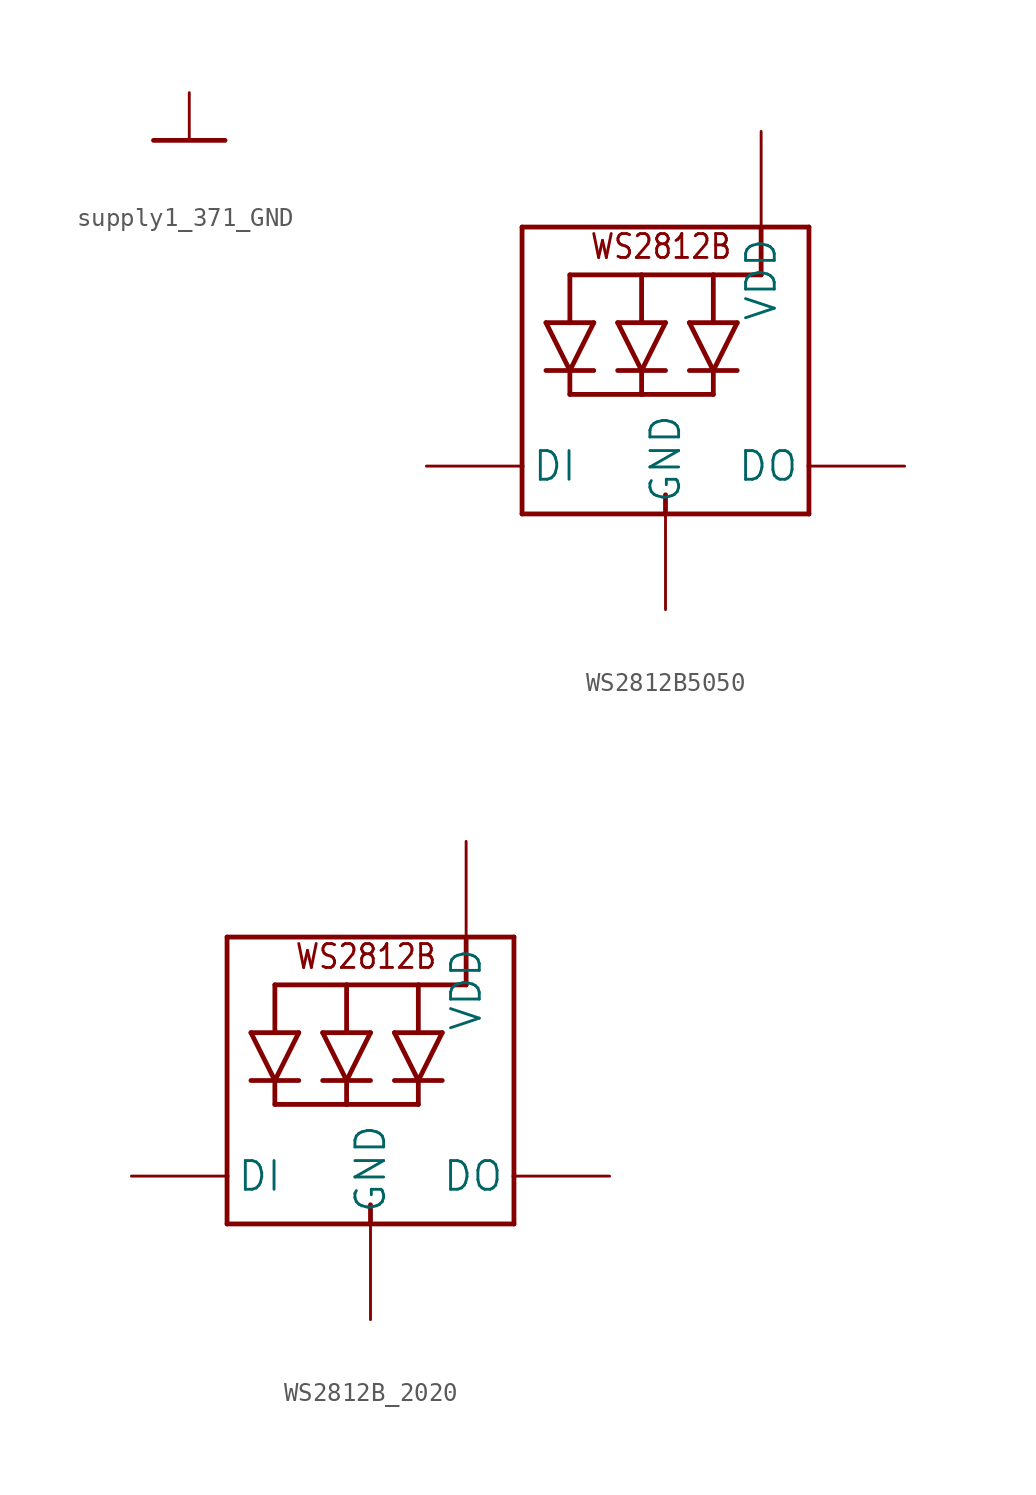
<source format=kicad_sym>
(kicad_symbol_lib
  (version 20241209)
  (generator "kicad_symbol_editor")
  (generator_version "9.0")
  (symbol "supply1_371_GND"
    (power)
    (property "Reference" "#GND"
      (at 0 0 0)
      (effects (font (size 1.27 1.27)) (hide yes)))
    (property "Value" ""
      (at -2.54 -2.54 0)
      (effects (font (size 1.778 1.511)) (justify left bottom)))
    (property "ki_locked" ""
      (at 0 0 0)
      (effects (font (size 1.27 1.27))))
    (symbol "supply1_371_GND_1_0"
      (polyline (pts (xy -1.905 0) (xy 1.905 0)) (stroke (width 0.254) (type solid)) (fill (type none)))
      (pin power_in line (at 0 2.54 270) (length 2.54) (name "GND" (effects (font (size 0 0)))) (number "1" (effects (font (size 0 0)))))))
  (symbol "WS2812B5050"
    (property "Reference" "LED"
      (at 0 0 0)
      (effects (font (size 1.27 1.27)) (hide yes)))
    (property "ki_locked" ""
      (at 0 0 0)
      (effects (font (size 1.27 1.27))))
    (symbol "WS2812B5050_1_0"
      (polyline (pts (xy -7.62 10.16) (xy -7.62 -2.54)) (stroke (width 0.254) (type solid)) (fill (type none)))
      (polyline (pts (xy -7.62 -2.54) (xy -7.62 -5.08)) (stroke (width 0.254) (type solid)) (fill (type none)))
      (polyline (pts (xy -7.62 -5.08) (xy 0 -5.08)) (stroke (width 0.254) (type solid)) (fill (type none)))
      (polyline (pts (xy -6.35 5.08) (xy -5.08 5.08)) (stroke (width 0.254) (type solid)) (fill (type none)))
      (polyline (pts (xy -6.35 2.54) (xy -5.08 2.54)) (stroke (width 0.254) (type solid)) (fill (type none)))
      (polyline (pts (xy -5.08 7.62) (xy -5.08 5.08)) (stroke (width 0.254) (type solid)) (fill (type none)))
      (polyline (pts (xy -5.08 5.08) (xy -3.81 5.08)) (stroke (width 0.254) (type solid)) (fill (type none)))
      (polyline (pts (xy -5.08 2.54) (xy -6.35 5.08)) (stroke (width 0.254) (type solid)) (fill (type none)))
      (polyline (pts (xy -5.08 2.54) (xy -5.08 1.27)) (stroke (width 0.254) (type solid)) (fill (type none)))
      (polyline (pts (xy -5.08 2.54) (xy -3.81 5.08)) (stroke (width 0.254) (type solid)) (fill (type none)))
      (polyline (pts (xy -3.81 2.54) (xy -5.08 2.54)) (stroke (width 0.254) (type solid)) (fill (type none)))
      (polyline (pts (xy -2.54 5.08) (xy 0 5.08)) (stroke (width 0.254) (type solid)) (fill (type none)))
      (polyline (pts (xy -2.54 2.54) (xy -1.27 2.54)) (stroke (width 0.254) (type solid)) (fill (type none)))
      (polyline (pts (xy -1.27 7.62) (xy -5.08 7.62)) (stroke (width 0.254) (type solid)) (fill (type none)))
      (polyline (pts (xy -1.27 5.08) (xy -1.27 7.62)) (stroke (width 0.254) (type solid)) (fill (type none)))
      (polyline (pts (xy -1.27 2.54) (xy -2.54 5.08)) (stroke (width 0.254) (type solid)) (fill (type none)))
      (polyline (pts (xy -1.27 2.54) (xy -1.27 1.27)) (stroke (width 0.254) (type solid)) (fill (type none)))
      (polyline (pts (xy -1.27 2.54) (xy 0 2.54)) (stroke (width 0.254) (type solid)) (fill (type none)))
      (polyline (pts (xy -1.27 1.27) (xy -5.08 1.27)) (stroke (width 0.254) (type solid)) (fill (type none)))
      (polyline (pts (xy 0 5.08) (xy -1.27 2.54)) (stroke (width 0.254) (type solid)) (fill (type none)))
      (polyline (pts (xy 0 -4.064) (xy 0 -5.08)) (stroke (width 0.254) (type solid)) (fill (type none)))
      (polyline (pts (xy 0 -5.08) (xy 7.62 -5.08)) (stroke (width 0.254) (type solid)) (fill (type none)))
      (polyline (pts (xy 1.27 5.08) (xy 2.54 5.08)) (stroke (width 0.254) (type solid)) (fill (type none)))
      (polyline (pts (xy 1.27 5.08) (xy 2.54 2.54)) (stroke (width 0.254) (type solid)) (fill (type none)))
      (polyline (pts (xy 2.54 7.62) (xy -1.27 7.62)) (stroke (width 0.254) (type solid)) (fill (type none)))
      (polyline (pts (xy 2.54 7.62) (xy 5.08 7.62)) (stroke (width 0.254) (type solid)) (fill (type none)))
      (polyline (pts (xy 2.54 5.08) (xy 2.54 7.62)) (stroke (width 0.254) (type solid)) (fill (type none)))
      (polyline (pts (xy 2.54 2.54) (xy 1.27 2.54)) (stroke (width 0.254) (type solid)) (fill (type none)))
      (polyline (pts (xy 2.54 2.54) (xy 2.54 1.27)) (stroke (width 0.254) (type solid)) (fill (type none)))
      (polyline (pts (xy 2.54 2.54) (xy 3.81 5.08)) (stroke (width 0.254) (type solid)) (fill (type none)))
      (polyline (pts (xy 2.54 2.54) (xy 3.81 2.54)) (stroke (width 0.254) (type solid)) (fill (type none)))
      (polyline (pts (xy 2.54 1.27) (xy -1.27 1.27)) (stroke (width 0.254) (type solid)) (fill (type none)))
      (polyline (pts (xy 3.81 5.08) (xy 2.54 5.08)) (stroke (width 0.254) (type solid)) (fill (type none)))
      (polyline (pts (xy 5.08 10.16) (xy -7.62 10.16)) (stroke (width 0.254) (type solid)) (fill (type none)))
      (polyline (pts (xy 5.08 10.16) (xy 5.08 7.62)) (stroke (width 0.254) (type solid)) (fill (type none)))
      (polyline (pts (xy 7.62 10.16) (xy 5.08 10.16)) (stroke (width 0.254) (type solid)) (fill (type none)))
      (polyline (pts (xy 7.62 -2.54) (xy 7.62 10.16)) (stroke (width 0.254) (type solid)) (fill (type none)))
      (polyline (pts (xy 7.62 -5.08) (xy 7.62 -2.54)) (stroke (width 0.254) (type solid)) (fill (type none)))
      (text "WS2812B" (at -4.064 8.382 0) (effects (font (size 1.27 1.079)) (justify left bottom)))
      (pin input line (at -12.7 -2.54 0) (length 5.08) (name "DI" (effects (font (size 1.524 1.524)))) (number "4-DIN" (effects (font (size 0 0)))))
      (pin power_in line (at 0 -10.16 90) (length 5.08) (name "GND" (effects (font (size 1.524 1.524)))) (number "3-GND" (effects (font (size 0 0)))))
      (pin power_in line (at 5.08 15.24 270) (length 5.08) (name "VDD" (effects (font (size 1.524 1.524)))) (number "1-VDD" (effects (font (size 0 0)))))
      (pin output line (at 12.7 -2.54 180) (length 5.08) (name "DO" (effects (font (size 1.524 1.524)))) (number "2-DOUT" (effects (font (size 0 0)))))))
  (symbol "WS2812B_2020"
    (property "Reference" "LED"
      (at 0 0 0)
      (effects (font (size 1.27 1.27)) (hide yes)))
    (property "ki_locked" ""
      (at 0 0 0)
      (effects (font (size 1.27 1.27))))
    (symbol "WS2812B_2020_1_0"
      (polyline (pts (xy -7.62 10.16) (xy -7.62 -2.54)) (stroke (width 0.254) (type solid)) (fill (type none)))
      (polyline (pts (xy -7.62 -2.54) (xy -7.62 -5.08)) (stroke (width 0.254) (type solid)) (fill (type none)))
      (polyline (pts (xy -7.62 -5.08) (xy 0 -5.08)) (stroke (width 0.254) (type solid)) (fill (type none)))
      (polyline (pts (xy -6.35 5.08) (xy -5.08 5.08)) (stroke (width 0.254) (type solid)) (fill (type none)))
      (polyline (pts (xy -6.35 2.54) (xy -5.08 2.54)) (stroke (width 0.254) (type solid)) (fill (type none)))
      (polyline (pts (xy -5.08 7.62) (xy -5.08 5.08)) (stroke (width 0.254) (type solid)) (fill (type none)))
      (polyline (pts (xy -5.08 5.08) (xy -3.81 5.08)) (stroke (width 0.254) (type solid)) (fill (type none)))
      (polyline (pts (xy -5.08 2.54) (xy -6.35 5.08)) (stroke (width 0.254) (type solid)) (fill (type none)))
      (polyline (pts (xy -5.08 2.54) (xy -5.08 1.27)) (stroke (width 0.254) (type solid)) (fill (type none)))
      (polyline (pts (xy -5.08 2.54) (xy -3.81 5.08)) (stroke (width 0.254) (type solid)) (fill (type none)))
      (polyline (pts (xy -3.81 2.54) (xy -5.08 2.54)) (stroke (width 0.254) (type solid)) (fill (type none)))
      (polyline (pts (xy -2.54 5.08) (xy 0 5.08)) (stroke (width 0.254) (type solid)) (fill (type none)))
      (polyline (pts (xy -2.54 2.54) (xy -1.27 2.54)) (stroke (width 0.254) (type solid)) (fill (type none)))
      (polyline (pts (xy -1.27 7.62) (xy -5.08 7.62)) (stroke (width 0.254) (type solid)) (fill (type none)))
      (polyline (pts (xy -1.27 5.08) (xy -1.27 7.62)) (stroke (width 0.254) (type solid)) (fill (type none)))
      (polyline (pts (xy -1.27 2.54) (xy -2.54 5.08)) (stroke (width 0.254) (type solid)) (fill (type none)))
      (polyline (pts (xy -1.27 2.54) (xy -1.27 1.27)) (stroke (width 0.254) (type solid)) (fill (type none)))
      (polyline (pts (xy -1.27 2.54) (xy 0 2.54)) (stroke (width 0.254) (type solid)) (fill (type none)))
      (polyline (pts (xy -1.27 1.27) (xy -5.08 1.27)) (stroke (width 0.254) (type solid)) (fill (type none)))
      (polyline (pts (xy 0 5.08) (xy -1.27 2.54)) (stroke (width 0.254) (type solid)) (fill (type none)))
      (polyline (pts (xy 0 -4.064) (xy 0 -5.08)) (stroke (width 0.254) (type solid)) (fill (type none)))
      (polyline (pts (xy 0 -5.08) (xy 7.62 -5.08)) (stroke (width 0.254) (type solid)) (fill (type none)))
      (polyline (pts (xy 1.27 5.08) (xy 2.54 5.08)) (stroke (width 0.254) (type solid)) (fill (type none)))
      (polyline (pts (xy 1.27 5.08) (xy 2.54 2.54)) (stroke (width 0.254) (type solid)) (fill (type none)))
      (polyline (pts (xy 2.54 7.62) (xy -1.27 7.62)) (stroke (width 0.254) (type solid)) (fill (type none)))
      (polyline (pts (xy 2.54 7.62) (xy 5.08 7.62)) (stroke (width 0.254) (type solid)) (fill (type none)))
      (polyline (pts (xy 2.54 5.08) (xy 2.54 7.62)) (stroke (width 0.254) (type solid)) (fill (type none)))
      (polyline (pts (xy 2.54 2.54) (xy 1.27 2.54)) (stroke (width 0.254) (type solid)) (fill (type none)))
      (polyline (pts (xy 2.54 2.54) (xy 2.54 1.27)) (stroke (width 0.254) (type solid)) (fill (type none)))
      (polyline (pts (xy 2.54 2.54) (xy 3.81 5.08)) (stroke (width 0.254) (type solid)) (fill (type none)))
      (polyline (pts (xy 2.54 2.54) (xy 3.81 2.54)) (stroke (width 0.254) (type solid)) (fill (type none)))
      (polyline (pts (xy 2.54 1.27) (xy -1.27 1.27)) (stroke (width 0.254) (type solid)) (fill (type none)))
      (polyline (pts (xy 3.81 5.08) (xy 2.54 5.08)) (stroke (width 0.254) (type solid)) (fill (type none)))
      (polyline (pts (xy 5.08 10.16) (xy -7.62 10.16)) (stroke (width 0.254) (type solid)) (fill (type none)))
      (polyline (pts (xy 5.08 10.16) (xy 5.08 7.62)) (stroke (width 0.254) (type solid)) (fill (type none)))
      (polyline (pts (xy 7.62 10.16) (xy 5.08 10.16)) (stroke (width 0.254) (type solid)) (fill (type none)))
      (polyline (pts (xy 7.62 -2.54) (xy 7.62 10.16)) (stroke (width 0.254) (type solid)) (fill (type none)))
      (polyline (pts (xy 7.62 -5.08) (xy 7.62 -2.54)) (stroke (width 0.254) (type solid)) (fill (type none)))
      (text "WS2812B" (at -4.064 8.382 0) (effects (font (size 1.27 1.079)) (justify left bottom)))
      (pin input line (at -12.7 -2.54 0) (length 5.08) (name "DI" (effects (font (size 1.524 1.524)))) (number "3" (effects (font (size 0 0)))))
      (pin power_in line (at 0 -10.16 90) (length 5.08) (name "GND" (effects (font (size 1.524 1.524)))) (number "2" (effects (font (size 0 0)))))
      (pin power_in line (at 5.08 15.24 270) (length 5.08) (name "VDD" (effects (font (size 1.524 1.524)))) (number "4" (effects (font (size 0 0)))))
      (pin output line (at 12.7 -2.54 180) (length 5.08) (name "DO" (effects (font (size 1.524 1.524)))) (number "1" (effects (font (size 0 0))))))))
</source>
